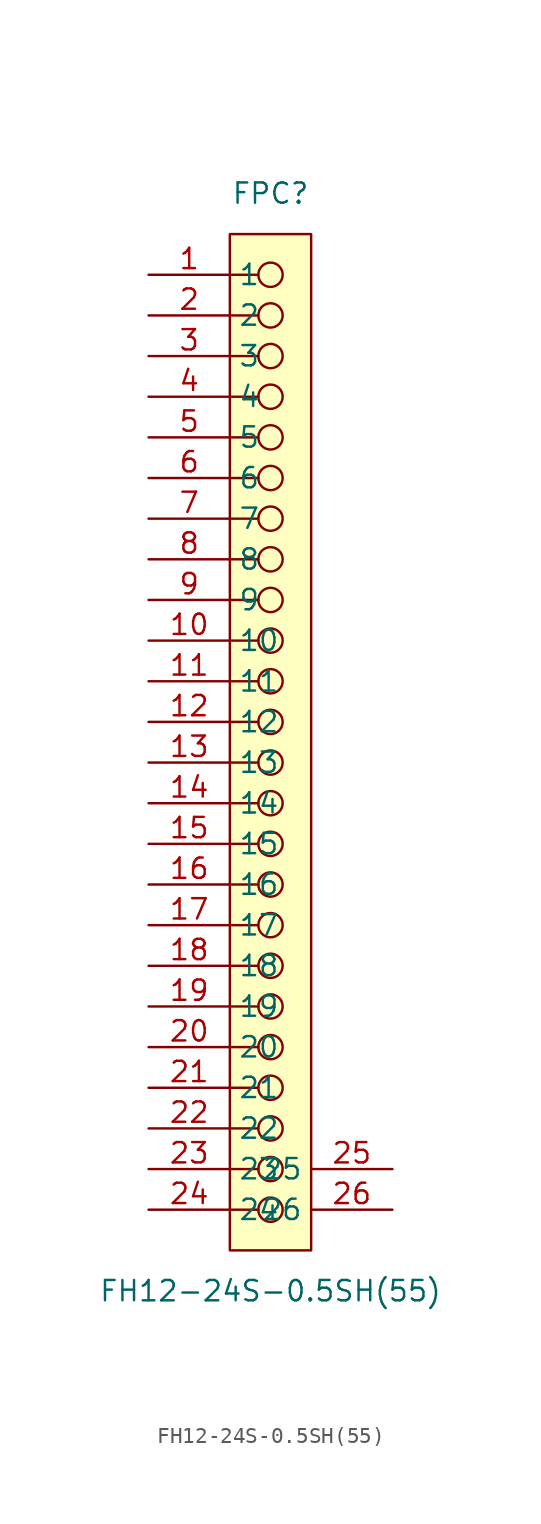
<source format=kicad_sym>
(kicad_symbol_lib
  (version 20211014)
  (generator https://github.com/uPesy/easyeda2kicad.py)
  (symbol "FH12-24S-0.5SH(55)"
    (property "Reference" "FPC"
      (at 0 34.29 0)
      (effects (font (size 1.27 1.27))))
    (property "Value" "FH12-24S-0.5SH(55)"
      (at 0 -34.29 0)
      (effects (font (size 1.27 1.27))))
    (symbol "FH12-24S-0.5SH(55)_0_1"
      (circle (center 0.00 26.67) (radius 0.76) (stroke (width 0) (type default) (color 0 0 0 0)) (fill (type none)))
      (circle (center 0.00 21.59) (radius 0.76) (stroke (width 0) (type default) (color 0 0 0 0)) (fill (type none)))
      (circle (center 0.00 24.13) (radius 0.76) (stroke (width 0) (type default) (color 0 0 0 0)) (fill (type none)))
      (circle (center 0.00 19.05) (radius 0.76) (stroke (width 0) (type default) (color 0 0 0 0)) (fill (type none)))
      (circle (center 0.00 29.21) (radius 0.76) (stroke (width 0) (type default) (color 0 0 0 0)) (fill (type none)))
      (circle (center 0.00 16.51) (radius 0.76) (stroke (width 0) (type default) (color 0 0 0 0)) (fill (type none)))
      (circle (center 0.00 11.43) (radius 0.76) (stroke (width 0) (type default) (color 0 0 0 0)) (fill (type none)))
      (circle (center 0.00 13.97) (radius 0.76) (stroke (width 0) (type default) (color 0 0 0 0)) (fill (type none)))
      (circle (center 0.00 8.89) (radius 0.76) (stroke (width 0) (type default) (color 0 0 0 0)) (fill (type none)))
      (circle (center 0.00 6.35) (radius 0.76) (stroke (width 0) (type default) (color 0 0 0 0)) (fill (type none)))
      (circle (center 0.00 3.81) (radius 0.76) (stroke (width 0) (type default) (color 0 0 0 0)) (fill (type none)))
      (circle (center 0.00 1.27) (radius 0.76) (stroke (width 0) (type default) (color 0 0 0 0)) (fill (type none)))
      (circle (center 0.00 -1.27) (radius 0.76) (stroke (width 0) (type default) (color 0 0 0 0)) (fill (type none)))
      (circle (center 0.00 -3.81) (radius 0.76) (stroke (width 0) (type default) (color 0 0 0 0)) (fill (type none)))
      (circle (center 0.00 -6.35) (radius 0.76) (stroke (width 0) (type default) (color 0 0 0 0)) (fill (type none)))
      (circle (center 0.00 -8.89) (radius 0.76) (stroke (width 0) (type default) (color 0 0 0 0)) (fill (type none)))
      (circle (center 0.00 -11.43) (radius 0.76) (stroke (width 0) (type default) (color 0 0 0 0)) (fill (type none)))
      (circle (center 0.00 -13.97) (radius 0.76) (stroke (width 0) (type default) (color 0 0 0 0)) (fill (type none)))
      (circle (center 0.00 -16.51) (radius 0.76) (stroke (width 0) (type default) (color 0 0 0 0)) (fill (type none)))
      (circle (center 0.00 -19.05) (radius 0.76) (stroke (width 0) (type default) (color 0 0 0 0)) (fill (type none)))
      (circle (center 0.00 -21.59) (radius 0.76) (stroke (width 0) (type default) (color 0 0 0 0)) (fill (type none)))
      (circle (center 0.00 -24.13) (radius 0.76) (stroke (width 0) (type default) (color 0 0 0 0)) (fill (type none)))
      (circle (center 0.00 -26.67) (radius 0.76) (stroke (width 0) (type default) (color 0 0 0 0)) (fill (type none)))
      (circle (center 0.00 -29.21) (radius 0.76) (stroke (width 0) (type default) (color 0 0 0 0)) (fill (type none)))
      (polyline (pts (xy -2.54 26.67) (xy -0.76 26.67)) (stroke (width 0) (type default) (color 0 0 0 0)) (fill (type none)))
      (polyline (pts (xy -2.54 21.59) (xy -0.76 21.59)) (stroke (width 0) (type default) (color 0 0 0 0)) (fill (type none)))
      (polyline (pts (xy -2.54 24.13) (xy -0.76 24.13)) (stroke (width 0) (type default) (color 0 0 0 0)) (fill (type none)))
      (polyline (pts (xy -2.54 19.05) (xy -0.76 19.05)) (stroke (width 0) (type default) (color 0 0 0 0)) (fill (type none)))
      (polyline (pts (xy -2.54 29.21) (xy -0.76 29.21)) (stroke (width 0) (type default) (color 0 0 0 0)) (fill (type none)))
      (polyline (pts (xy -2.54 16.51) (xy -0.76 16.51)) (stroke (width 0) (type default) (color 0 0 0 0)) (fill (type none)))
      (polyline (pts (xy -2.54 11.43) (xy -0.76 11.43)) (stroke (width 0) (type default) (color 0 0 0 0)) (fill (type none)))
      (polyline (pts (xy -2.54 13.97) (xy -0.76 13.97)) (stroke (width 0) (type default) (color 0 0 0 0)) (fill (type none)))
      (polyline (pts (xy -2.54 8.89) (xy -0.76 8.89)) (stroke (width 0) (type default) (color 0 0 0 0)) (fill (type none)))
      (polyline (pts (xy -2.54 6.35) (xy -0.76 6.35)) (stroke (width 0) (type default) (color 0 0 0 0)) (fill (type none)))
      (polyline (pts (xy -2.54 3.81) (xy -0.76 3.81)) (stroke (width 0) (type default) (color 0 0 0 0)) (fill (type none)))
      (polyline (pts (xy -2.54 1.27) (xy -0.76 1.27)) (stroke (width 0) (type default) (color 0 0 0 0)) (fill (type none)))
      (polyline (pts (xy -2.54 -1.27) (xy -0.76 -1.27)) (stroke (width 0) (type default) (color 0 0 0 0)) (fill (type none)))
      (polyline (pts (xy -2.54 -3.81) (xy -0.76 -3.81)) (stroke (width 0) (type default) (color 0 0 0 0)) (fill (type none)))
      (polyline (pts (xy -2.54 -6.35) (xy -0.76 -6.35)) (stroke (width 0) (type default) (color 0 0 0 0)) (fill (type none)))
      (polyline (pts (xy -2.54 -8.89) (xy -0.76 -8.89)) (stroke (width 0) (type default) (color 0 0 0 0)) (fill (type none)))
      (polyline (pts (xy -2.54 -11.43) (xy -0.76 -11.43)) (stroke (width 0) (type default) (color 0 0 0 0)) (fill (type none)))
      (polyline (pts (xy -2.54 -13.97) (xy -0.76 -13.97)) (stroke (width 0) (type default) (color 0 0 0 0)) (fill (type none)))
      (polyline (pts (xy -2.54 -16.51) (xy -0.76 -16.51)) (stroke (width 0) (type default) (color 0 0 0 0)) (fill (type none)))
      (polyline (pts (xy -2.54 -19.05) (xy -0.76 -19.05)) (stroke (width 0) (type default) (color 0 0 0 0)) (fill (type none)))
      (polyline (pts (xy -2.54 -21.59) (xy -0.76 -21.59)) (stroke (width 0) (type default) (color 0 0 0 0)) (fill (type none)))
      (polyline (pts (xy -2.54 -24.13) (xy -0.76 -24.13)) (stroke (width 0) (type default) (color 0 0 0 0)) (fill (type none)))
      (polyline (pts (xy -2.54 -26.67) (xy -0.76 -26.67)) (stroke (width 0) (type default) (color 0 0 0 0)) (fill (type none)))
      (polyline (pts (xy -2.54 -29.21) (xy -0.76 -29.21)) (stroke (width 0) (type default) (color 0 0 0 0)) (fill (type none)))
      (polyline (pts (xy -2.54 31.75) (xy 2.54 31.75) (xy 2.54 -31.75) (xy 0.00 -31.75) (xy -2.54 -31.75) (xy -2.54 31.75)) (stroke (width 0) (type default) (color 0 0 0 0)) (fill (type background)))
      (pin unspecified line (at -7.62 26.67 0) (length 5.08) (name "2" (effects (font (size 1.27 1.27)))) (number "2" (effects (font (size 1.27 1.27)))))
      (pin unspecified line (at -7.62 24.13 0) (length 5.08) (name "3" (effects (font (size 1.27 1.27)))) (number "3" (effects (font (size 1.27 1.27)))))
      (pin unspecified line (at -7.62 21.59 0) (length 5.08) (name "4" (effects (font (size 1.27 1.27)))) (number "4" (effects (font (size 1.27 1.27)))))
      (pin unspecified line (at -7.62 19.05 0) (length 5.08) (name "5" (effects (font (size 1.27 1.27)))) (number "5" (effects (font (size 1.27 1.27)))))
      (pin unspecified line (at -7.62 16.51 0) (length 5.08) (name "6" (effects (font (size 1.27 1.27)))) (number "6" (effects (font (size 1.27 1.27)))))
      (pin unspecified line (at -7.62 13.97 0) (length 5.08) (name "7" (effects (font (size 1.27 1.27)))) (number "7" (effects (font (size 1.27 1.27)))))
      (pin unspecified line (at -7.62 11.43 0) (length 5.08) (name "8" (effects (font (size 1.27 1.27)))) (number "8" (effects (font (size 1.27 1.27)))))
      (pin unspecified line (at -7.62 29.21 0) (length 5.08) (name "1" (effects (font (size 1.27 1.27)))) (number "1" (effects (font (size 1.27 1.27)))))
      (pin unspecified line (at -7.62 8.89 0) (length 5.08) (name "9" (effects (font (size 1.27 1.27)))) (number "9" (effects (font (size 1.27 1.27)))))
      (pin unspecified line (at -7.62 6.35 0) (length 5.08) (name "10" (effects (font (size 1.27 1.27)))) (number "10" (effects (font (size 1.27 1.27)))))
      (pin unspecified line (at -7.62 3.81 0) (length 5.08) (name "11" (effects (font (size 1.27 1.27)))) (number "11" (effects (font (size 1.27 1.27)))))
      (pin unspecified line (at -7.62 1.27 0) (length 5.08) (name "12" (effects (font (size 1.27 1.27)))) (number "12" (effects (font (size 1.27 1.27)))))
      (pin unspecified line (at -7.62 -1.27 0) (length 5.08) (name "13" (effects (font (size 1.27 1.27)))) (number "13" (effects (font (size 1.27 1.27)))))
      (pin unspecified line (at -7.62 -3.81 0) (length 5.08) (name "14" (effects (font (size 1.27 1.27)))) (number "14" (effects (font (size 1.27 1.27)))))
      (pin unspecified line (at -7.62 -6.35 0) (length 5.08) (name "15" (effects (font (size 1.27 1.27)))) (number "15" (effects (font (size 1.27 1.27)))))
      (pin unspecified line (at -7.62 -8.89 0) (length 5.08) (name "16" (effects (font (size 1.27 1.27)))) (number "16" (effects (font (size 1.27 1.27)))))
      (pin unspecified line (at -7.62 -11.43 0) (length 5.08) (name "17" (effects (font (size 1.27 1.27)))) (number "17" (effects (font (size 1.27 1.27)))))
      (pin unspecified line (at -7.62 -13.97 0) (length 5.08) (name "18" (effects (font (size 1.27 1.27)))) (number "18" (effects (font (size 1.27 1.27)))))
      (pin unspecified line (at -7.62 -16.51 0) (length 5.08) (name "19" (effects (font (size 1.27 1.27)))) (number "19" (effects (font (size 1.27 1.27)))))
      (pin unspecified line (at -7.62 -19.05 0) (length 5.08) (name "20" (effects (font (size 1.27 1.27)))) (number "20" (effects (font (size 1.27 1.27)))))
      (pin unspecified line (at -7.62 -21.59 0) (length 5.08) (name "21" (effects (font (size 1.27 1.27)))) (number "21" (effects (font (size 1.27 1.27)))))
      (pin unspecified line (at -7.62 -24.13 0) (length 5.08) (name "22" (effects (font (size 1.27 1.27)))) (number "22" (effects (font (size 1.27 1.27)))))
      (pin unspecified line (at -7.62 -26.67 0) (length 5.08) (name "23" (effects (font (size 1.27 1.27)))) (number "23" (effects (font (size 1.27 1.27)))))
      (pin unspecified line (at -7.62 -29.21 0) (length 5.08) (name "24" (effects (font (size 1.27 1.27)))) (number "24" (effects (font (size 1.27 1.27)))))
      (pin unspecified line (at 7.62 -26.67 180) (length 5.08) (name "25" (effects (font (size 1.27 1.27)))) (number "25" (effects (font (size 1.27 1.27)))))
      (pin unspecified line (at 7.62 -29.21 180) (length 5.08) (name "26" (effects (font (size 1.27 1.27)))) (number "26" (effects (font (size 1.27 1.27))))))))
</source>
